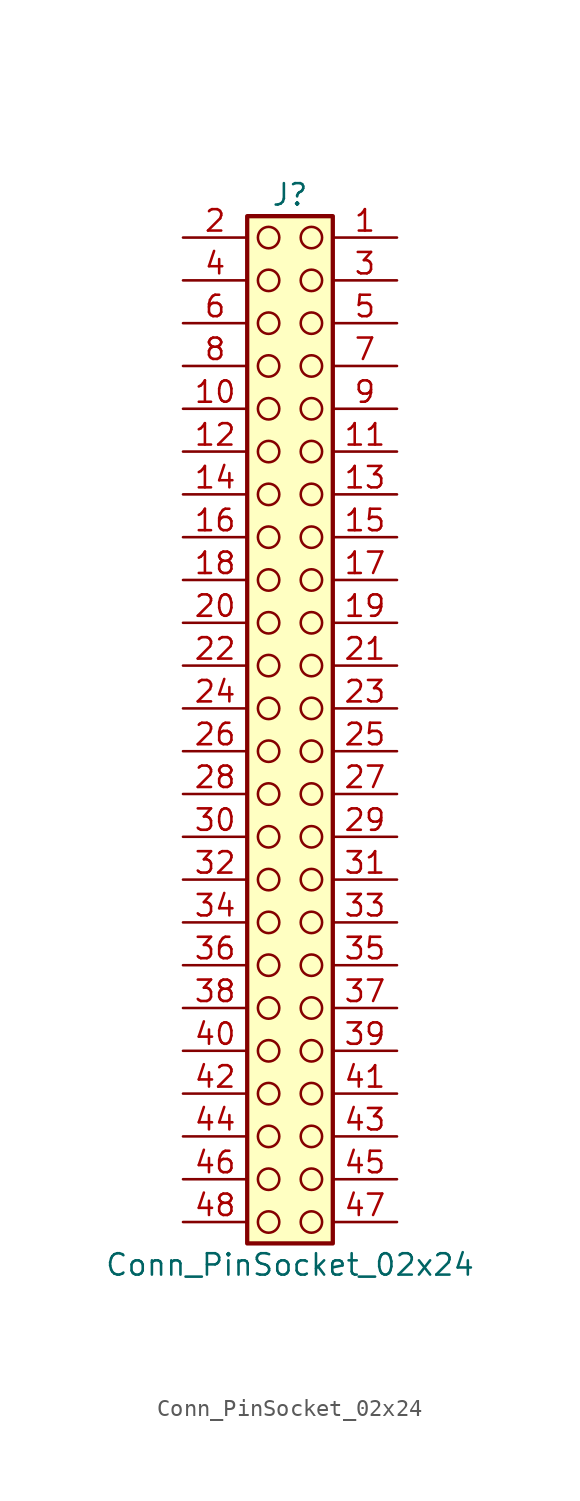
<source format=kicad_sym>
(kicad_symbol_lib
  (version 20241209)
  (generator "kicad_symbol_editor")
  (generator_version "9.0")
  (symbol "Conn_PinSocket_02x24"
    (pin_names
      (offset 1.016)
      (hide yes))
    (property "Reference" "J"
      (at 1.27 30.48 0)
      (effects (font (size 1.27 1.27))))
    (property "Value" "Conn_PinSocket_02x24"
      (at 1.27 -33.02 0)
      (effects (font (size 1.27 1.27))))
    (symbol "Conn_PinSocket_02x24_1_1"
      (rectangle (start -1.27 29.21) (end 3.81 -31.75) (stroke (width 0.254) (type default)) (fill (type background)))
      (circle (center 0 27.94) (radius 0.635) (stroke (width 0) (type solid) (color 132 0 0 1)) (fill (type none)))
      (circle (center 0 25.4) (radius 0.635) (stroke (width 0) (type solid) (color 132 0 0 1)) (fill (type none)))
      (circle (center 0 22.86) (radius 0.635) (stroke (width 0) (type solid) (color 132 0 0 1)) (fill (type none)))
      (circle (center 0 20.32) (radius 0.635) (stroke (width 0) (type solid) (color 132 0 0 1)) (fill (type none)))
      (circle (center 0 17.78) (radius 0.635) (stroke (width 0) (type solid) (color 132 0 0 1)) (fill (type none)))
      (circle (center 0 15.24) (radius 0.635) (stroke (width 0) (type solid) (color 132 0 0 1)) (fill (type none)))
      (circle (center 0 12.7) (radius 0.635) (stroke (width 0) (type solid) (color 132 0 0 1)) (fill (type none)))
      (circle (center 0 10.16) (radius 0.635) (stroke (width 0) (type solid) (color 132 0 0 1)) (fill (type none)))
      (circle (center 0 7.62) (radius 0.635) (stroke (width 0) (type solid) (color 132 0 0 1)) (fill (type none)))
      (circle (center 0 5.08) (radius 0.635) (stroke (width 0) (type solid) (color 132 0 0 1)) (fill (type none)))
      (circle (center 0 2.54) (radius 0.635) (stroke (width 0) (type solid) (color 132 0 0 1)) (fill (type none)))
      (circle (center 0 0) (radius 0.635) (stroke (width 0) (type solid) (color 132 0 0 1)) (fill (type none)))
      (circle (center 0 -2.54) (radius 0.635) (stroke (width 0) (type solid) (color 132 0 0 1)) (fill (type none)))
      (circle (center 0 -5.08) (radius 0.635) (stroke (width 0) (type solid) (color 132 0 0 1)) (fill (type none)))
      (circle (center 0 -7.62) (radius 0.635) (stroke (width 0) (type solid) (color 132 0 0 1)) (fill (type none)))
      (circle (center 0 -10.16) (radius 0.635) (stroke (width 0) (type solid) (color 132 0 0 1)) (fill (type none)))
      (circle (center 0 -12.7) (radius 0.635) (stroke (width 0) (type solid) (color 132 0 0 1)) (fill (type none)))
      (circle (center 0 -15.24) (radius 0.635) (stroke (width 0) (type solid) (color 132 0 0 1)) (fill (type none)))
      (circle (center 0 -17.78) (radius 0.635) (stroke (width 0) (type solid) (color 132 0 0 1)) (fill (type none)))
      (circle (center 0 -20.32) (radius 0.635) (stroke (width 0) (type solid) (color 132 0 0 1)) (fill (type none)))
      (circle (center 0 -22.86) (radius 0.635) (stroke (width 0) (type solid) (color 132 0 0 1)) (fill (type none)))
      (circle (center 0 -25.4) (radius 0.635) (stroke (width 0) (type solid) (color 132 0 0 1)) (fill (type none)))
      (circle (center 0 -27.94) (radius 0.635) (stroke (width 0) (type solid) (color 132 0 0 1)) (fill (type none)))
      (circle (center 0 -30.48) (radius 0.635) (stroke (width 0) (type solid) (color 132 0 0 1)) (fill (type none)))
      (circle (center 2.54 27.94) (radius 0.635) (stroke (width 0) (type solid) (color 132 0 0 1)) (fill (type none)))
      (circle (center 2.54 25.4) (radius 0.635) (stroke (width 0) (type solid) (color 132 0 0 1)) (fill (type none)))
      (circle (center 2.54 22.86) (radius 0.635) (stroke (width 0) (type solid) (color 132 0 0 1)) (fill (type none)))
      (circle (center 2.54 20.32) (radius 0.635) (stroke (width 0) (type solid) (color 132 0 0 1)) (fill (type none)))
      (circle (center 2.54 17.78) (radius 0.635) (stroke (width 0) (type solid) (color 132 0 0 1)) (fill (type none)))
      (circle (center 2.54 15.24) (radius 0.635) (stroke (width 0) (type solid) (color 132 0 0 1)) (fill (type none)))
      (circle (center 2.54 12.7) (radius 0.635) (stroke (width 0) (type solid) (color 132 0 0 1)) (fill (type none)))
      (circle (center 2.54 10.16) (radius 0.635) (stroke (width 0) (type solid) (color 132 0 0 1)) (fill (type none)))
      (circle (center 2.54 7.62) (radius 0.635) (stroke (width 0) (type solid) (color 132 0 0 1)) (fill (type none)))
      (circle (center 2.54 5.08) (radius 0.635) (stroke (width 0) (type solid) (color 132 0 0 1)) (fill (type none)))
      (circle (center 2.54 2.54) (radius 0.635) (stroke (width 0) (type solid) (color 132 0 0 1)) (fill (type none)))
      (circle (center 2.54 0) (radius 0.635) (stroke (width 0) (type solid) (color 132 0 0 1)) (fill (type none)))
      (circle (center 2.54 -2.54) (radius 0.635) (stroke (width 0) (type solid) (color 132 0 0 1)) (fill (type none)))
      (circle (center 2.54 -5.08) (radius 0.635) (stroke (width 0) (type solid) (color 132 0 0 1)) (fill (type none)))
      (circle (center 2.54 -7.62) (radius 0.635) (stroke (width 0) (type solid) (color 132 0 0 1)) (fill (type none)))
      (circle (center 2.54 -10.16) (radius 0.635) (stroke (width 0) (type solid) (color 132 0 0 1)) (fill (type none)))
      (circle (center 2.54 -12.7) (radius 0.635) (stroke (width 0) (type solid) (color 132 0 0 1)) (fill (type none)))
      (circle (center 2.54 -15.24) (radius 0.635) (stroke (width 0) (type solid) (color 132 0 0 1)) (fill (type none)))
      (circle (center 2.54 -17.78) (radius 0.635) (stroke (width 0) (type solid) (color 132 0 0 1)) (fill (type none)))
      (circle (center 2.54 -20.32) (radius 0.635) (stroke (width 0) (type solid) (color 132 0 0 1)) (fill (type none)))
      (circle (center 2.54 -22.86) (radius 0.635) (stroke (width 0) (type solid) (color 132 0 0 1)) (fill (type none)))
      (circle (center 2.54 -25.4) (radius 0.635) (stroke (width 0) (type solid) (color 132 0 0 1)) (fill (type none)))
      (circle (center 2.54 -27.94) (radius 0.635) (stroke (width 0) (type solid) (color 132 0 0 1)) (fill (type none)))
      (circle (center 2.54 -30.48) (radius 0.635) (stroke (width 0) (type solid) (color 132 0 0 1)) (fill (type none)))
      (pin passive line (at -5.08 27.94 0) (length 3.81) (name "Pin_2" (effects (font (size 1.27 1.27)))) (number "2" (effects (font (size 1.27 1.27)))))
      (pin passive line (at -5.08 25.4 0) (length 3.81) (name "Pin_4" (effects (font (size 1.27 1.27)))) (number "4" (effects (font (size 1.27 1.27)))))
      (pin passive line (at -5.08 22.86 0) (length 3.81) (name "Pin_6" (effects (font (size 1.27 1.27)))) (number "6" (effects (font (size 1.27 1.27)))))
      (pin passive line (at -5.08 20.32 0) (length 3.81) (name "Pin_8" (effects (font (size 1.27 1.27)))) (number "8" (effects (font (size 1.27 1.27)))))
      (pin passive line (at -5.08 17.78 0) (length 3.81) (name "Pin_10" (effects (font (size 1.27 1.27)))) (number "10" (effects (font (size 1.27 1.27)))))
      (pin passive line (at -5.08 15.24 0) (length 3.81) (name "Pin_12" (effects (font (size 1.27 1.27)))) (number "12" (effects (font (size 1.27 1.27)))))
      (pin passive line (at -5.08 12.7 0) (length 3.81) (name "Pin_14" (effects (font (size 1.27 1.27)))) (number "14" (effects (font (size 1.27 1.27)))))
      (pin passive line (at -5.08 10.16 0) (length 3.81) (name "Pin_16" (effects (font (size 1.27 1.27)))) (number "16" (effects (font (size 1.27 1.27)))))
      (pin passive line (at -5.08 7.62 0) (length 3.81) (name "Pin_18" (effects (font (size 1.27 1.27)))) (number "18" (effects (font (size 1.27 1.27)))))
      (pin passive line (at -5.08 5.08 0) (length 3.81) (name "Pin_20" (effects (font (size 1.27 1.27)))) (number "20" (effects (font (size 1.27 1.27)))))
      (pin passive line (at -5.08 2.54 0) (length 3.81) (name "Pin_22" (effects (font (size 1.27 1.27)))) (number "22" (effects (font (size 1.27 1.27)))))
      (pin passive line (at -5.08 0 0) (length 3.81) (name "Pin_24" (effects (font (size 1.27 1.27)))) (number "24" (effects (font (size 1.27 1.27)))))
      (pin passive line (at -5.08 -2.54 0) (length 3.81) (name "Pin_26" (effects (font (size 1.27 1.27)))) (number "26" (effects (font (size 1.27 1.27)))))
      (pin passive line (at -5.08 -5.08 0) (length 3.81) (name "Pin_28" (effects (font (size 1.27 1.27)))) (number "28" (effects (font (size 1.27 1.27)))))
      (pin passive line (at -5.08 -7.62 0) (length 3.81) (name "Pin_30" (effects (font (size 1.27 1.27)))) (number "30" (effects (font (size 1.27 1.27)))))
      (pin passive line (at -5.08 -10.16 0) (length 3.81) (name "Pin_32" (effects (font (size 1.27 1.27)))) (number "32" (effects (font (size 1.27 1.27)))))
      (pin passive line (at -5.08 -12.7 0) (length 3.81) (name "Pin_34" (effects (font (size 1.27 1.27)))) (number "34" (effects (font (size 1.27 1.27)))))
      (pin passive line (at -5.08 -15.24 0) (length 3.81) (name "Pin_36" (effects (font (size 1.27 1.27)))) (number "36" (effects (font (size 1.27 1.27)))))
      (pin passive line (at -5.08 -17.78 0) (length 3.81) (name "Pin_38" (effects (font (size 1.27 1.27)))) (number "38" (effects (font (size 1.27 1.27)))))
      (pin passive line (at -5.08 -20.32 0) (length 3.81) (name "Pin_40" (effects (font (size 1.27 1.27)))) (number "40" (effects (font (size 1.27 1.27)))))
      (pin passive line (at -5.08 -22.86 0) (length 3.81) (name "Pin_42" (effects (font (size 1.27 1.27)))) (number "42" (effects (font (size 1.27 1.27)))))
      (pin passive line (at -5.08 -25.4 0) (length 3.81) (name "Pin_44" (effects (font (size 1.27 1.27)))) (number "44" (effects (font (size 1.27 1.27)))))
      (pin passive line (at -5.08 -27.94 0) (length 3.81) (name "Pin_46" (effects (font (size 1.27 1.27)))) (number "46" (effects (font (size 1.27 1.27)))))
      (pin passive line (at -5.08 -30.48 0) (length 3.81) (name "Pin_48" (effects (font (size 1.27 1.27)))) (number "48" (effects (font (size 1.27 1.27)))))
      (pin passive line (at 7.62 27.94 180) (length 3.81) (name "Pin_1" (effects (font (size 1.27 1.27)))) (number "1" (effects (font (size 1.27 1.27)))))
      (pin passive line (at 7.62 25.4 180) (length 3.81) (name "Pin_3" (effects (font (size 1.27 1.27)))) (number "3" (effects (font (size 1.27 1.27)))))
      (pin passive line (at 7.62 22.86 180) (length 3.81) (name "Pin_5" (effects (font (size 1.27 1.27)))) (number "5" (effects (font (size 1.27 1.27)))))
      (pin passive line (at 7.62 20.32 180) (length 3.81) (name "Pin_7" (effects (font (size 1.27 1.27)))) (number "7" (effects (font (size 1.27 1.27)))))
      (pin passive line (at 7.62 17.78 180) (length 3.81) (name "Pin_9" (effects (font (size 1.27 1.27)))) (number "9" (effects (font (size 1.27 1.27)))))
      (pin passive line (at 7.62 15.24 180) (length 3.81) (name "Pin_11" (effects (font (size 1.27 1.27)))) (number "11" (effects (font (size 1.27 1.27)))))
      (pin passive line (at 7.62 12.7 180) (length 3.81) (name "Pin_13" (effects (font (size 1.27 1.27)))) (number "13" (effects (font (size 1.27 1.27)))))
      (pin passive line (at 7.62 10.16 180) (length 3.81) (name "Pin_15" (effects (font (size 1.27 1.27)))) (number "15" (effects (font (size 1.27 1.27)))))
      (pin passive line (at 7.62 7.62 180) (length 3.81) (name "Pin_17" (effects (font (size 1.27 1.27)))) (number "17" (effects (font (size 1.27 1.27)))))
      (pin passive line (at 7.62 5.08 180) (length 3.81) (name "Pin_19" (effects (font (size 1.27 1.27)))) (number "19" (effects (font (size 1.27 1.27)))))
      (pin passive line (at 7.62 2.54 180) (length 3.81) (name "Pin_21" (effects (font (size 1.27 1.27)))) (number "21" (effects (font (size 1.27 1.27)))))
      (pin passive line (at 7.62 0 180) (length 3.81) (name "Pin_23" (effects (font (size 1.27 1.27)))) (number "23" (effects (font (size 1.27 1.27)))))
      (pin passive line (at 7.62 -2.54 180) (length 3.81) (name "Pin_25" (effects (font (size 1.27 1.27)))) (number "25" (effects (font (size 1.27 1.27)))))
      (pin passive line (at 7.62 -5.08 180) (length 3.81) (name "Pin_27" (effects (font (size 1.27 1.27)))) (number "27" (effects (font (size 1.27 1.27)))))
      (pin passive line (at 7.62 -7.62 180) (length 3.81) (name "Pin_29" (effects (font (size 1.27 1.27)))) (number "29" (effects (font (size 1.27 1.27)))))
      (pin passive line (at 7.62 -10.16 180) (length 3.81) (name "Pin_31" (effects (font (size 1.27 1.27)))) (number "31" (effects (font (size 1.27 1.27)))))
      (pin passive line (at 7.62 -12.7 180) (length 3.81) (name "Pin_33" (effects (font (size 1.27 1.27)))) (number "33" (effects (font (size 1.27 1.27)))))
      (pin passive line (at 7.62 -15.24 180) (length 3.81) (name "Pin_35" (effects (font (size 1.27 1.27)))) (number "35" (effects (font (size 1.27 1.27)))))
      (pin passive line (at 7.62 -17.78 180) (length 3.81) (name "Pin_37" (effects (font (size 1.27 1.27)))) (number "37" (effects (font (size 1.27 1.27)))))
      (pin passive line (at 7.62 -20.32 180) (length 3.81) (name "Pin_39" (effects (font (size 1.27 1.27)))) (number "39" (effects (font (size 1.27 1.27)))))
      (pin passive line (at 7.62 -22.86 180) (length 3.81) (name "Pin_41" (effects (font (size 1.27 1.27)))) (number "41" (effects (font (size 1.27 1.27)))))
      (pin passive line (at 7.62 -25.4 180) (length 3.81) (name "Pin_43" (effects (font (size 1.27 1.27)))) (number "43" (effects (font (size 1.27 1.27)))))
      (pin passive line (at 7.62 -27.94 180) (length 3.81) (name "Pin_45" (effects (font (size 1.27 1.27)))) (number "45" (effects (font (size 1.27 1.27)))))
      (pin passive line (at 7.62 -30.48 180) (length 3.81) (name "Pin_47" (effects (font (size 1.27 1.27)))) (number "47" (effects (font (size 1.27 1.27))))))))
</source>
